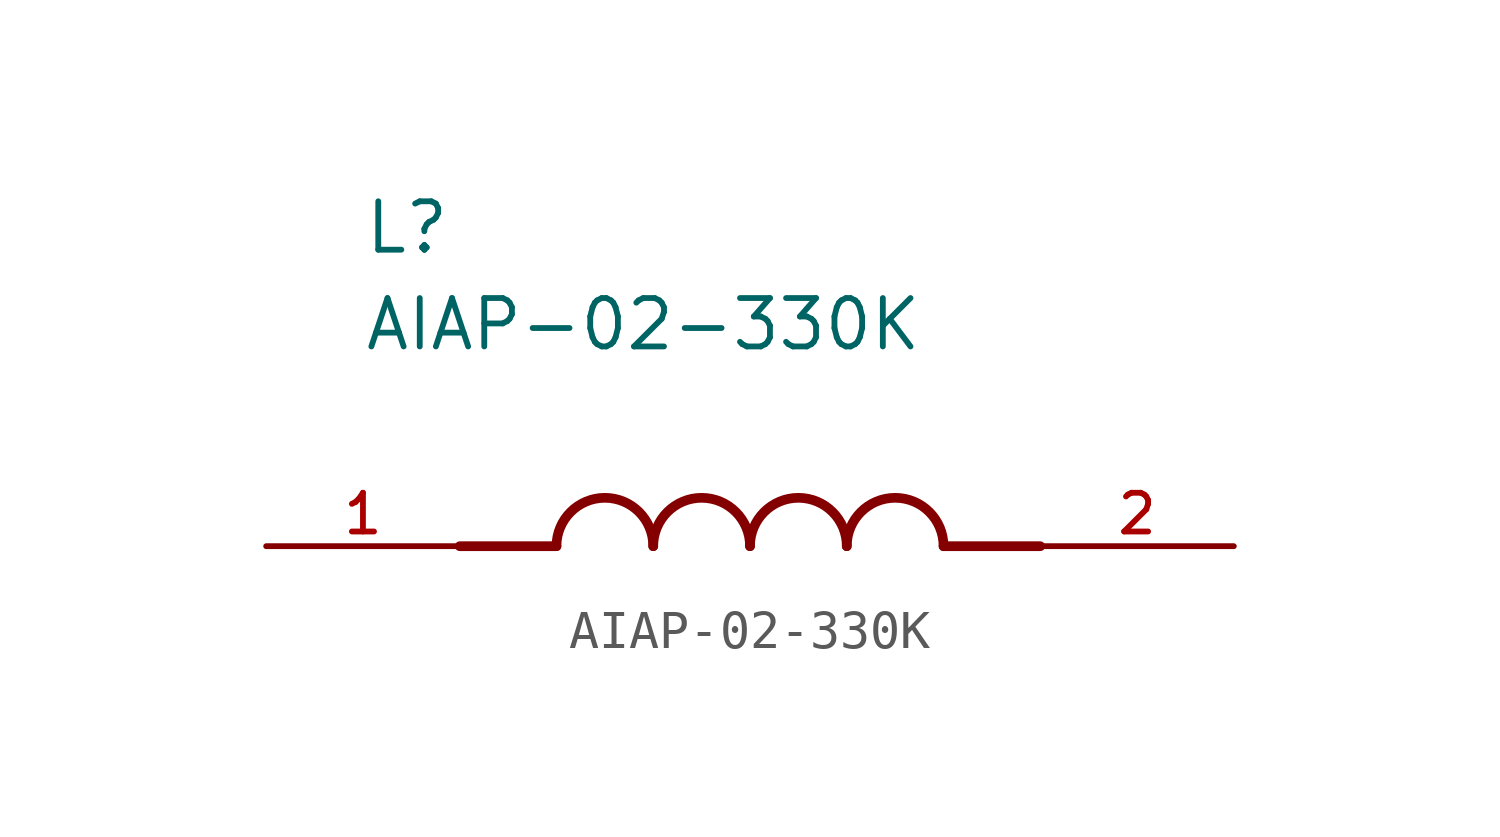
<source format=kicad_sym>
(kicad_symbol_lib
  (version 20211014)
  (generator kicad_symbol_editor)
  (symbol "AIAP-02-330K"
    (pin_names
      (offset 1.016))
    (property "Reference" "L"
      (at -10.16 7.62 0)
      (effects (font (size 1.27 1.27)) (justify bottom left)))
    (property "Value" "AIAP-02-330K"
      (at -10.16 5.08 0)
      (effects (font (size 1.27 1.27)) (justify bottom left)))
    (symbol "AIAP-02-330K_0_0"
      (polyline (pts (xy -5.08 0.0) (xy -7.62 0.0)) (stroke (width 0.254)))
      (polyline (pts (xy 5.08 0.0) (xy 7.62 0.0)) (stroke (width 0.254)))
      (arc (start -2.54 0.0) (mid -3.81 1.27) (end -5.08 0.0) (stroke (width 0.254) (type default) (color 0 0 0 0)) (fill (type none)))
      (arc (start 0.0 0.0) (mid -1.27 1.27) (end -2.54 0.0) (stroke (width 0.254) (type default) (color 0 0 0 0)) (fill (type none)))
      (arc (start 2.54 0.0) (mid 1.27 1.27) (end 0.0 0.0) (stroke (width 0.254) (type default) (color 0 0 0 0)) (fill (type none)))
      (arc (start 5.08 0.0) (mid 3.81 1.27) (end 2.54 0.0) (stroke (width 0.254) (type default) (color 0 0 0 0)) (fill (type none)))
      (pin passive line (at -12.7 0.0 0) (length 5.08) (name "~" (effects (font (size 1.016 1.016)))) (number "1" (effects (font (size 1.016 1.016)))))
      (pin passive line (at 12.7 0.0 180.0) (length 5.08) (name "~" (effects (font (size 1.016 1.016)))) (number "2" (effects (font (size 1.016 1.016))))))))
</source>
